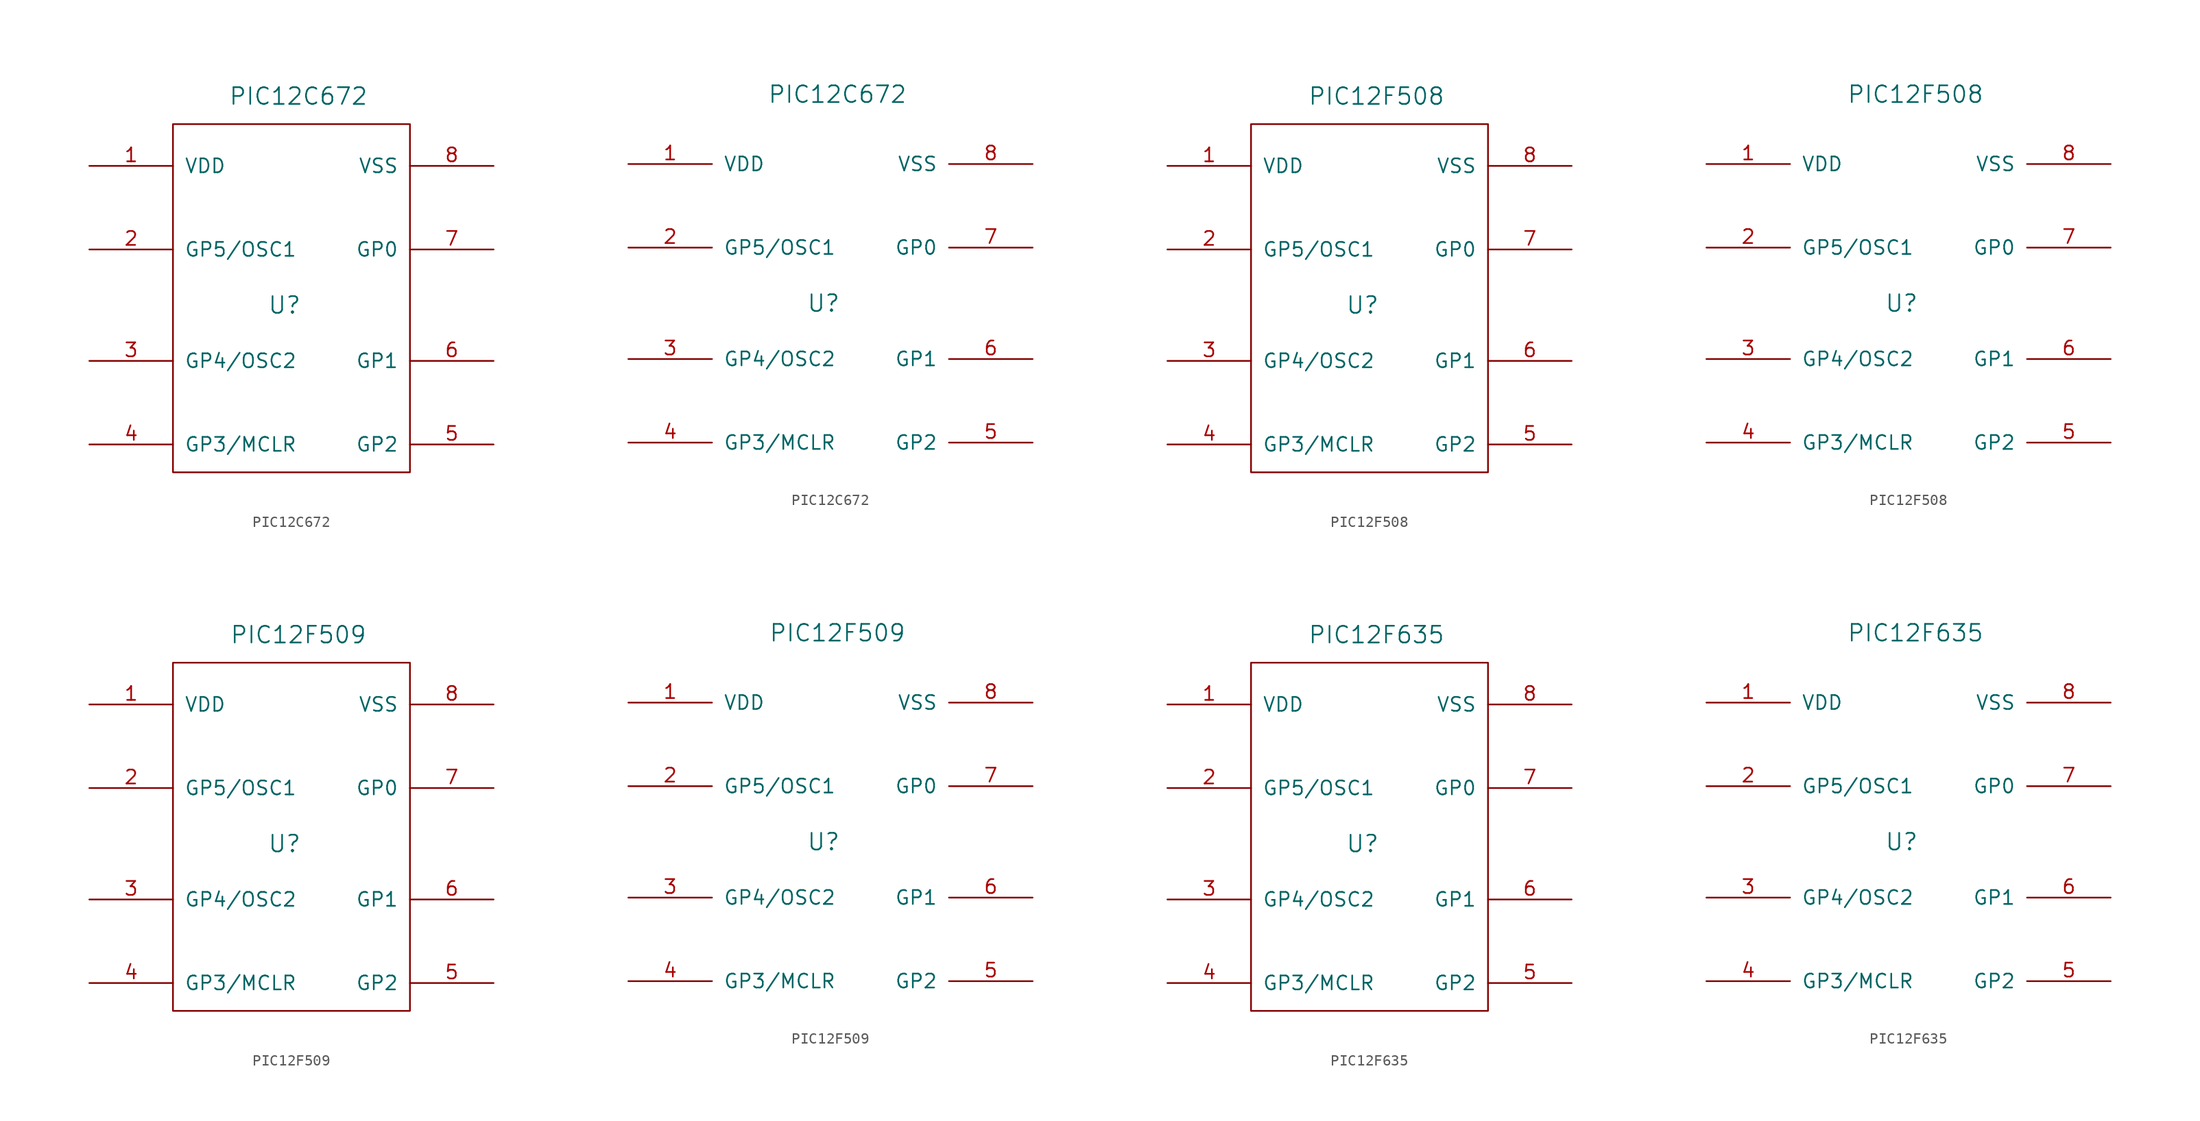
<source format=kicad_sym>
(kicad_symbol_lib
  (version 20211014)
  (generator kicad_symbol_editor)
  (symbol "PIC12C672"
    (pin_names
      (offset 1.016))
    (property "Reference" "U"
      (at -1.27 0 0)
      (effects (font (size 1.524 1.524))))
    (property "Value" "PIC12C672"
      (at 0 19.05 0)
      (effects (font (size 1.524 1.524))))
    (property "Footprint" ""
      (at 0 0 0)
      (effects (font (size 1.524 1.524))))
    (property "Datasheet" ""
      (at 0 0 0)
      (effects (font (size 1.524 1.524))))
    (symbol "PIC12C672_0_1"
      (rectangle (start 10.16 -15.24) (end -11.43 16.51) (stroke (width 0) (type default) (color 0 0 0 0)) (fill (type none))))
    (symbol "PIC12C672_1_1"
      (pin power_in line (at -19.05 12.7 0) (length 7.62) (name "VDD" (effects (font (size 1.27 1.27)))) (number "1" (effects (font (size 1.27 1.27)))))
      (pin input line (at -19.05 5.08 0) (length 7.62) (name "GP5/OSC1" (effects (font (size 1.27 1.27)))) (number "2" (effects (font (size 1.27 1.27)))))
      (pin input line (at -19.05 -5.08 0) (length 7.62) (name "GP4/OSC2" (effects (font (size 1.27 1.27)))) (number "3" (effects (font (size 1.27 1.27)))))
      (pin input line (at -19.05 -12.7 0) (length 7.62) (name "GP3/MCLR" (effects (font (size 1.27 1.27)))) (number "4" (effects (font (size 1.27 1.27)))))
      (pin input line (at 17.78 -12.7 180) (length 7.62) (name "GP2" (effects (font (size 1.27 1.27)))) (number "5" (effects (font (size 1.27 1.27)))))
      (pin input line (at 17.78 -5.08 180) (length 7.62) (name "GP1" (effects (font (size 1.27 1.27)))) (number "6" (effects (font (size 1.27 1.27)))))
      (pin input line (at 17.78 5.08 180) (length 7.62) (name "GP0" (effects (font (size 1.27 1.27)))) (number "7" (effects (font (size 1.27 1.27)))))
      (pin power_in line (at 17.78 12.7 180) (length 7.62) (name "VSS" (effects (font (size 1.27 1.27)))) (number "8" (effects (font (size 1.27 1.27))))))
    (symbol "PIC12C672_1_2"
      (pin power_in line (at -19.05 12.7 0) (length 7.62) (name "VDD" (effects (font (size 1.27 1.27)))) (number "1" (effects (font (size 1.27 1.27)))))
      (pin input line (at -19.05 5.08 0) (length 7.62) (name "GP5/OSC1" (effects (font (size 1.27 1.27)))) (number "2" (effects (font (size 1.27 1.27)))))
      (pin input line (at -19.05 -5.08 0) (length 7.62) (name "GP4/OSC2" (effects (font (size 1.27 1.27)))) (number "3" (effects (font (size 1.27 1.27)))))
      (pin input line (at -19.05 -12.7 0) (length 7.62) (name "GP3/MCLR" (effects (font (size 1.27 1.27)))) (number "4" (effects (font (size 1.27 1.27)))))
      (pin input line (at 17.78 -12.7 180) (length 7.62) (name "GP2" (effects (font (size 1.27 1.27)))) (number "5" (effects (font (size 1.27 1.27)))))
      (pin input line (at 17.78 -5.08 180) (length 7.62) (name "GP1" (effects (font (size 1.27 1.27)))) (number "6" (effects (font (size 1.27 1.27)))))
      (pin input line (at 17.78 5.08 180) (length 7.62) (name "GP0" (effects (font (size 1.27 1.27)))) (number "7" (effects (font (size 1.27 1.27)))))
      (pin power_in line (at 17.78 12.7 180) (length 7.62) (name "VSS" (effects (font (size 1.27 1.27)))) (number "8" (effects (font (size 1.27 1.27)))))))
  (symbol "PIC12F508"
    (pin_names
      (offset 1.016))
    (property "Reference" "U"
      (at -1.27 0 0)
      (effects (font (size 1.524 1.524))))
    (property "Value" "PIC12F508"
      (at 0 19.05 0)
      (effects (font (size 1.524 1.524))))
    (property "Footprint" ""
      (at 0 0 0)
      (effects (font (size 1.524 1.524))))
    (property "Datasheet" ""
      (at 0 0 0)
      (effects (font (size 1.524 1.524))))
    (symbol "PIC12F508_0_1"
      (rectangle (start 10.16 -15.24) (end -11.43 16.51) (stroke (width 0) (type default) (color 0 0 0 0)) (fill (type none))))
    (symbol "PIC12F508_1_1"
      (pin power_in line (at -19.05 12.7 0) (length 7.62) (name "VDD" (effects (font (size 1.27 1.27)))) (number "1" (effects (font (size 1.27 1.27)))))
      (pin input line (at -19.05 5.08 0) (length 7.62) (name "GP5/OSC1" (effects (font (size 1.27 1.27)))) (number "2" (effects (font (size 1.27 1.27)))))
      (pin input line (at -19.05 -5.08 0) (length 7.62) (name "GP4/OSC2" (effects (font (size 1.27 1.27)))) (number "3" (effects (font (size 1.27 1.27)))))
      (pin input line (at -19.05 -12.7 0) (length 7.62) (name "GP3/MCLR" (effects (font (size 1.27 1.27)))) (number "4" (effects (font (size 1.27 1.27)))))
      (pin input line (at 17.78 -12.7 180) (length 7.62) (name "GP2" (effects (font (size 1.27 1.27)))) (number "5" (effects (font (size 1.27 1.27)))))
      (pin input line (at 17.78 -5.08 180) (length 7.62) (name "GP1" (effects (font (size 1.27 1.27)))) (number "6" (effects (font (size 1.27 1.27)))))
      (pin input line (at 17.78 5.08 180) (length 7.62) (name "GP0" (effects (font (size 1.27 1.27)))) (number "7" (effects (font (size 1.27 1.27)))))
      (pin power_in line (at 17.78 12.7 180) (length 7.62) (name "VSS" (effects (font (size 1.27 1.27)))) (number "8" (effects (font (size 1.27 1.27))))))
    (symbol "PIC12F508_1_2"
      (pin power_in line (at -19.05 12.7 0) (length 7.62) (name "VDD" (effects (font (size 1.27 1.27)))) (number "1" (effects (font (size 1.27 1.27)))))
      (pin input line (at -19.05 5.08 0) (length 7.62) (name "GP5/OSC1" (effects (font (size 1.27 1.27)))) (number "2" (effects (font (size 1.27 1.27)))))
      (pin input line (at -19.05 -5.08 0) (length 7.62) (name "GP4/OSC2" (effects (font (size 1.27 1.27)))) (number "3" (effects (font (size 1.27 1.27)))))
      (pin input line (at -19.05 -12.7 0) (length 7.62) (name "GP3/MCLR" (effects (font (size 1.27 1.27)))) (number "4" (effects (font (size 1.27 1.27)))))
      (pin input line (at 17.78 -12.7 180) (length 7.62) (name "GP2" (effects (font (size 1.27 1.27)))) (number "5" (effects (font (size 1.27 1.27)))))
      (pin input line (at 17.78 -5.08 180) (length 7.62) (name "GP1" (effects (font (size 1.27 1.27)))) (number "6" (effects (font (size 1.27 1.27)))))
      (pin input line (at 17.78 5.08 180) (length 7.62) (name "GP0" (effects (font (size 1.27 1.27)))) (number "7" (effects (font (size 1.27 1.27)))))
      (pin power_in line (at 17.78 12.7 180) (length 7.62) (name "VSS" (effects (font (size 1.27 1.27)))) (number "8" (effects (font (size 1.27 1.27)))))))
  (symbol "PIC12F509"
    (pin_names
      (offset 1.016))
    (property "Reference" "U"
      (at -1.27 0 0)
      (effects (font (size 1.524 1.524))))
    (property "Value" "PIC12F509"
      (at 0 19.05 0)
      (effects (font (size 1.524 1.524))))
    (property "Footprint" ""
      (at 0 0 0)
      (effects (font (size 1.524 1.524))))
    (property "Datasheet" ""
      (at 0 0 0)
      (effects (font (size 1.524 1.524))))
    (symbol "PIC12F509_0_1"
      (rectangle (start 10.16 -15.24) (end -11.43 16.51) (stroke (width 0) (type default) (color 0 0 0 0)) (fill (type none))))
    (symbol "PIC12F509_1_1"
      (pin power_in line (at -19.05 12.7 0) (length 7.62) (name "VDD" (effects (font (size 1.27 1.27)))) (number "1" (effects (font (size 1.27 1.27)))))
      (pin input line (at -19.05 5.08 0) (length 7.62) (name "GP5/OSC1" (effects (font (size 1.27 1.27)))) (number "2" (effects (font (size 1.27 1.27)))))
      (pin input line (at -19.05 -5.08 0) (length 7.62) (name "GP4/OSC2" (effects (font (size 1.27 1.27)))) (number "3" (effects (font (size 1.27 1.27)))))
      (pin input line (at -19.05 -12.7 0) (length 7.62) (name "GP3/MCLR" (effects (font (size 1.27 1.27)))) (number "4" (effects (font (size 1.27 1.27)))))
      (pin input line (at 17.78 -12.7 180) (length 7.62) (name "GP2" (effects (font (size 1.27 1.27)))) (number "5" (effects (font (size 1.27 1.27)))))
      (pin input line (at 17.78 -5.08 180) (length 7.62) (name "GP1" (effects (font (size 1.27 1.27)))) (number "6" (effects (font (size 1.27 1.27)))))
      (pin input line (at 17.78 5.08 180) (length 7.62) (name "GP0" (effects (font (size 1.27 1.27)))) (number "7" (effects (font (size 1.27 1.27)))))
      (pin power_in line (at 17.78 12.7 180) (length 7.62) (name "VSS" (effects (font (size 1.27 1.27)))) (number "8" (effects (font (size 1.27 1.27))))))
    (symbol "PIC12F509_1_2"
      (pin power_in line (at -19.05 12.7 0) (length 7.62) (name "VDD" (effects (font (size 1.27 1.27)))) (number "1" (effects (font (size 1.27 1.27)))))
      (pin input line (at -19.05 5.08 0) (length 7.62) (name "GP5/OSC1" (effects (font (size 1.27 1.27)))) (number "2" (effects (font (size 1.27 1.27)))))
      (pin input line (at -19.05 -5.08 0) (length 7.62) (name "GP4/OSC2" (effects (font (size 1.27 1.27)))) (number "3" (effects (font (size 1.27 1.27)))))
      (pin input line (at -19.05 -12.7 0) (length 7.62) (name "GP3/MCLR" (effects (font (size 1.27 1.27)))) (number "4" (effects (font (size 1.27 1.27)))))
      (pin input line (at 17.78 -12.7 180) (length 7.62) (name "GP2" (effects (font (size 1.27 1.27)))) (number "5" (effects (font (size 1.27 1.27)))))
      (pin input line (at 17.78 -5.08 180) (length 7.62) (name "GP1" (effects (font (size 1.27 1.27)))) (number "6" (effects (font (size 1.27 1.27)))))
      (pin input line (at 17.78 5.08 180) (length 7.62) (name "GP0" (effects (font (size 1.27 1.27)))) (number "7" (effects (font (size 1.27 1.27)))))
      (pin power_in line (at 17.78 12.7 180) (length 7.62) (name "VSS" (effects (font (size 1.27 1.27)))) (number "8" (effects (font (size 1.27 1.27)))))))
  (symbol "PIC12F635"
    (pin_names
      (offset 1.016))
    (property "Reference" "U"
      (at -1.27 0 0)
      (effects (font (size 1.524 1.524))))
    (property "Value" "PIC12F635"
      (at 0 19.05 0)
      (effects (font (size 1.524 1.524))))
    (property "Footprint" ""
      (at 0 0 0)
      (effects (font (size 1.524 1.524))))
    (property "Datasheet" ""
      (at 0 0 0)
      (effects (font (size 1.524 1.524))))
    (symbol "PIC12F635_0_1"
      (rectangle (start 10.16 -15.24) (end -11.43 16.51) (stroke (width 0) (type default) (color 0 0 0 0)) (fill (type none))))
    (symbol "PIC12F635_1_1"
      (pin power_in line (at -19.05 12.7 0) (length 7.62) (name "VDD" (effects (font (size 1.27 1.27)))) (number "1" (effects (font (size 1.27 1.27)))))
      (pin input line (at -19.05 5.08 0) (length 7.62) (name "GP5/OSC1" (effects (font (size 1.27 1.27)))) (number "2" (effects (font (size 1.27 1.27)))))
      (pin input line (at -19.05 -5.08 0) (length 7.62) (name "GP4/OSC2" (effects (font (size 1.27 1.27)))) (number "3" (effects (font (size 1.27 1.27)))))
      (pin input line (at -19.05 -12.7 0) (length 7.62) (name "GP3/MCLR" (effects (font (size 1.27 1.27)))) (number "4" (effects (font (size 1.27 1.27)))))
      (pin input line (at 17.78 -12.7 180) (length 7.62) (name "GP2" (effects (font (size 1.27 1.27)))) (number "5" (effects (font (size 1.27 1.27)))))
      (pin input line (at 17.78 -5.08 180) (length 7.62) (name "GP1" (effects (font (size 1.27 1.27)))) (number "6" (effects (font (size 1.27 1.27)))))
      (pin input line (at 17.78 5.08 180) (length 7.62) (name "GP0" (effects (font (size 1.27 1.27)))) (number "7" (effects (font (size 1.27 1.27)))))
      (pin power_in line (at 17.78 12.7 180) (length 7.62) (name "VSS" (effects (font (size 1.27 1.27)))) (number "8" (effects (font (size 1.27 1.27))))))
    (symbol "PIC12F635_1_2"
      (pin power_in line (at -19.05 12.7 0) (length 7.62) (name "VDD" (effects (font (size 1.27 1.27)))) (number "1" (effects (font (size 1.27 1.27)))))
      (pin input line (at -19.05 5.08 0) (length 7.62) (name "GP5/OSC1" (effects (font (size 1.27 1.27)))) (number "2" (effects (font (size 1.27 1.27)))))
      (pin input line (at -19.05 -5.08 0) (length 7.62) (name "GP4/OSC2" (effects (font (size 1.27 1.27)))) (number "3" (effects (font (size 1.27 1.27)))))
      (pin input line (at -19.05 -12.7 0) (length 7.62) (name "GP3/MCLR" (effects (font (size 1.27 1.27)))) (number "4" (effects (font (size 1.27 1.27)))))
      (pin input line (at 17.78 -12.7 180) (length 7.62) (name "GP2" (effects (font (size 1.27 1.27)))) (number "5" (effects (font (size 1.27 1.27)))))
      (pin input line (at 17.78 -5.08 180) (length 7.62) (name "GP1" (effects (font (size 1.27 1.27)))) (number "6" (effects (font (size 1.27 1.27)))))
      (pin input line (at 17.78 5.08 180) (length 7.62) (name "GP0" (effects (font (size 1.27 1.27)))) (number "7" (effects (font (size 1.27 1.27)))))
      (pin power_in line (at 17.78 12.7 180) (length 7.62) (name "VSS" (effects (font (size 1.27 1.27)))) (number "8" (effects (font (size 1.27 1.27))))))))
</source>
